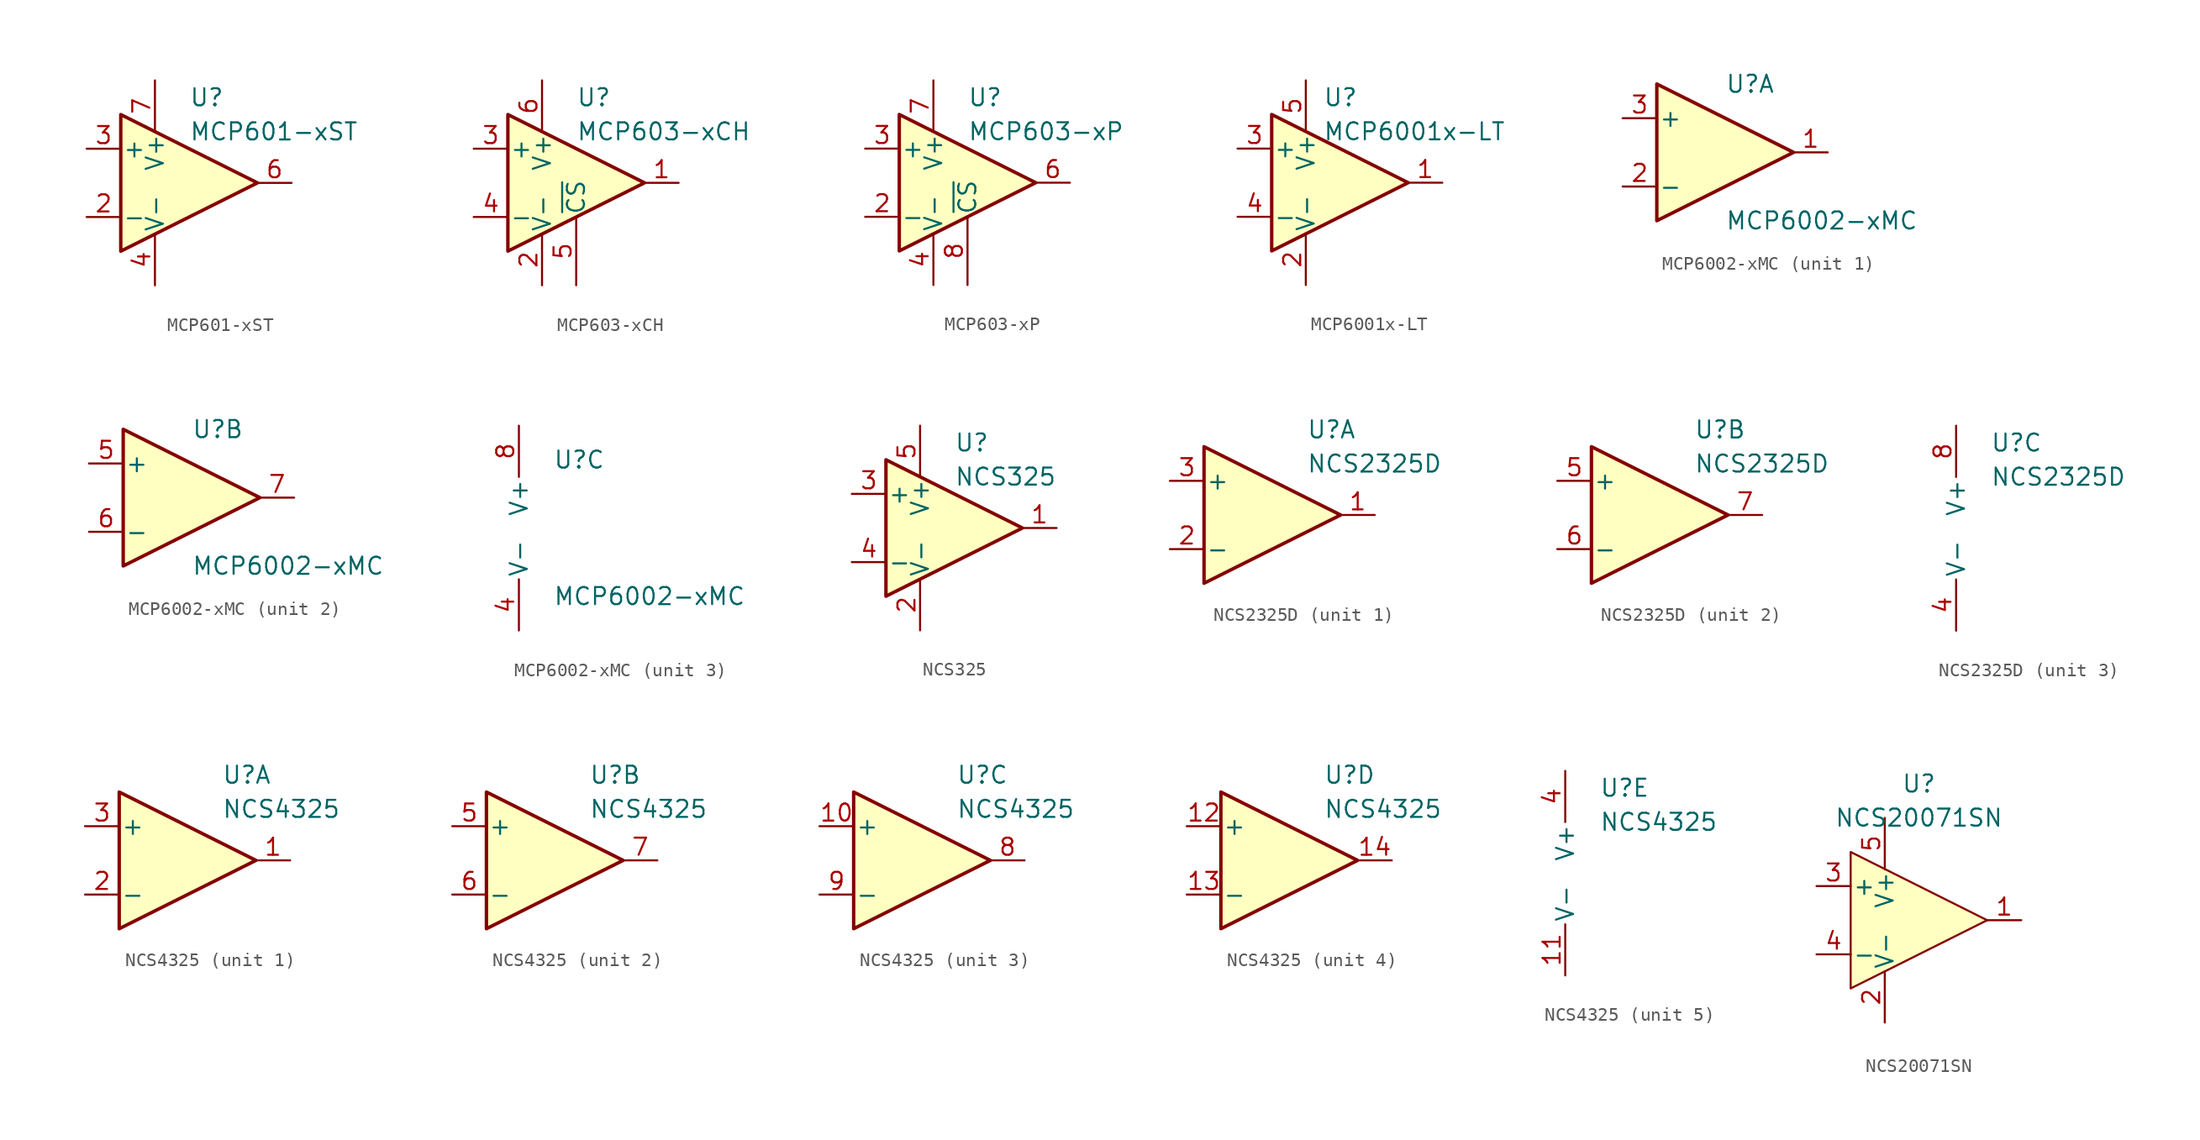
<source format=kicad_sym>
(kicad_symbol_lib
  (version 20231120)
  (generator "kicad_symbol_editor")
  (generator_version "8.0")
  (symbol "MCP601-xST"
    (pin_names
      (offset 0.127))
    (property "Reference" "U"
      (at 0 6.35 0)
      (effects (font (size 1.27 1.27)) (justify left)))
    (property "Value" "MCP601-xST"
      (at 0 3.81 0)
      (effects (font (size 1.27 1.27)) (justify left)))
    (symbol "MCP601-xST_0_1"
      (polyline (pts (xy -5.08 5.08) (xy 5.08 0) (xy -5.08 -5.08) (xy -5.08 5.08)) (stroke (width 0.254) (type default)) (fill (type background))))
    (symbol "MCP601-xST_1_1"
      (pin no_connect line (at -2.54 2.54 270) (length 2.54) hide (name "NC" (effects (font (size 1.27 1.27)))) (number "1" (effects (font (size 1.27 1.27)))))
      (pin input line (at -7.62 -2.54 0) (length 2.54) (name "-" (effects (font (size 1.27 1.27)))) (number "2" (effects (font (size 1.27 1.27)))))
      (pin input line (at -7.62 2.54 0) (length 2.54) (name "+" (effects (font (size 1.27 1.27)))) (number "3" (effects (font (size 1.27 1.27)))))
      (pin power_in line (at -2.54 -7.62 90) (length 3.81) (name "V-" (effects (font (size 1.27 1.27)))) (number "4" (effects (font (size 1.27 1.27)))))
      (pin no_connect line (at 0 2.54 270) (length 2.54) hide (name "NC" (effects (font (size 1.27 1.27)))) (number "5" (effects (font (size 1.27 1.27)))))
      (pin output line (at 7.62 0 180) (length 2.54) (name "~" (effects (font (size 1.27 1.27)))) (number "6" (effects (font (size 1.27 1.27)))))
      (pin power_in line (at -2.54 7.62 270) (length 3.81) (name "V+" (effects (font (size 1.27 1.27)))) (number "7" (effects (font (size 1.27 1.27)))))
      (pin no_connect line (at 0 -2.54 90) (length 2.54) hide (name "NC" (effects (font (size 1.27 1.27)))) (number "8" (effects (font (size 1.27 1.27)))))))
  (symbol "MCP603-xCH"
    (pin_names
      (offset 0.127))
    (property "Reference" "U"
      (at 0 6.35 0)
      (effects (font (size 1.27 1.27)) (justify left)))
    (property "Value" "MCP603-xCH"
      (at 0 3.81 0)
      (effects (font (size 1.27 1.27)) (justify left)))
    (symbol "MCP603-xCH_0_1"
      (polyline (pts (xy -5.08 5.08) (xy 5.08 0) (xy -5.08 -5.08) (xy -5.08 5.08)) (stroke (width 0.254) (type default)) (fill (type background))))
    (symbol "MCP603-xCH_1_1"
      (pin output line (at 7.62 0 180) (length 2.54) (name "~" (effects (font (size 1.27 1.27)))) (number "1" (effects (font (size 1.27 1.27)))))
      (pin power_in line (at -2.54 -7.62 90) (length 3.81) (name "V-" (effects (font (size 1.27 1.27)))) (number "2" (effects (font (size 1.27 1.27)))))
      (pin input line (at -7.62 2.54 0) (length 2.54) (name "+" (effects (font (size 1.27 1.27)))) (number "3" (effects (font (size 1.27 1.27)))))
      (pin input line (at -7.62 -2.54 0) (length 2.54) (name "-" (effects (font (size 1.27 1.27)))) (number "4" (effects (font (size 1.27 1.27)))))
      (pin input line (at 0 -7.62 90) (length 5.08) (name "~{CS}" (effects (font (size 1.27 1.27)))) (number "5" (effects (font (size 1.27 1.27)))))
      (pin power_in line (at -2.54 7.62 270) (length 3.81) (name "V+" (effects (font (size 1.27 1.27)))) (number "6" (effects (font (size 1.27 1.27)))))))
  (symbol "MCP603-xP"
    (pin_names
      (offset 0.127))
    (property "Reference" "U"
      (at 0 6.35 0)
      (effects (font (size 1.27 1.27)) (justify left)))
    (property "Value" "MCP603-xP"
      (at 0 3.81 0)
      (effects (font (size 1.27 1.27)) (justify left)))
    (symbol "MCP603-xP_0_1"
      (polyline (pts (xy -5.08 5.08) (xy 5.08 0) (xy -5.08 -5.08) (xy -5.08 5.08)) (stroke (width 0.254) (type default)) (fill (type background))))
    (symbol "MCP603-xP_1_1"
      (pin no_connect line (at 0 -2.54 90) (length 2.54) hide (name "NC" (effects (font (size 1.27 1.27)))) (number "1" (effects (font (size 1.27 1.27)))))
      (pin input line (at -7.62 -2.54 0) (length 2.54) (name "-" (effects (font (size 1.27 1.27)))) (number "2" (effects (font (size 1.27 1.27)))))
      (pin input line (at -7.62 2.54 0) (length 2.54) (name "+" (effects (font (size 1.27 1.27)))) (number "3" (effects (font (size 1.27 1.27)))))
      (pin power_in line (at -2.54 -7.62 90) (length 3.81) (name "V-" (effects (font (size 1.27 1.27)))) (number "4" (effects (font (size 1.27 1.27)))))
      (pin no_connect line (at -2.54 -2.54 90) (length 2.54) hide (name "NC" (effects (font (size 1.27 1.27)))) (number "5" (effects (font (size 1.27 1.27)))))
      (pin output line (at 7.62 0 180) (length 2.54) (name "~" (effects (font (size 1.27 1.27)))) (number "6" (effects (font (size 1.27 1.27)))))
      (pin power_in line (at -2.54 7.62 270) (length 3.81) (name "V+" (effects (font (size 1.27 1.27)))) (number "7" (effects (font (size 1.27 1.27)))))
      (pin input line (at 0 -7.62 90) (length 5.08) (name "~{CS}" (effects (font (size 1.27 1.27)))) (number "8" (effects (font (size 1.27 1.27)))))))
  (symbol "MCP6001x-LT"
    (pin_names
      (offset 0.127))
    (property "Reference" "U"
      (at -1.27 6.35 0)
      (effects (font (size 1.27 1.27)) (justify left)))
    (property "Value" "MCP6001x-LT"
      (at -1.27 3.81 0)
      (effects (font (size 1.27 1.27)) (justify left)))
    (symbol "MCP6001x-LT_0_1"
      (polyline (pts (xy -5.08 5.08) (xy 5.08 0) (xy -5.08 -5.08) (xy -5.08 5.08)) (stroke (width 0.254) (type default)) (fill (type background)))
      (pin power_in line (at -2.54 -7.62 90) (length 3.81) (name "V-" (effects (font (size 1.27 1.27)))) (number "2" (effects (font (size 1.27 1.27)))))
      (pin power_in line (at -2.54 7.62 270) (length 3.81) (name "V+" (effects (font (size 1.27 1.27)))) (number "5" (effects (font (size 1.27 1.27))))))
    (symbol "MCP6001x-LT_1_1"
      (pin output line (at 7.62 0 180) (length 2.54) (name "~" (effects (font (size 1.27 1.27)))) (number "1" (effects (font (size 1.27 1.27)))))
      (pin input line (at -7.62 2.54 0) (length 2.54) (name "+" (effects (font (size 1.27 1.27)))) (number "3" (effects (font (size 1.27 1.27)))))
      (pin input line (at -7.62 -2.54 0) (length 2.54) (name "-" (effects (font (size 1.27 1.27)))) (number "4" (effects (font (size 1.27 1.27)))))))
  (symbol "MCP6002-xMC"
    (pin_names
      (offset 0.127))
    (property "Reference" "U"
      (at 0 5.08 0)
      (effects (font (size 1.27 1.27)) (justify left)))
    (property "Value" "MCP6002-xMC"
      (at 0 -5.08 0)
      (effects (font (size 1.27 1.27)) (justify left)))
    (property "ki_locked" ""
      (at 0 0 0)
      (effects (font (size 1.27 1.27))))
    (symbol "MCP6002-xMC_1_1"
      (polyline (pts (xy -5.08 5.08) (xy 5.08 0) (xy -5.08 -5.08) (xy -5.08 5.08)) (stroke (width 0.254) (type default)) (fill (type background)))
      (pin output line (at 7.62 0 180) (length 2.54) (name "~" (effects (font (size 1.27 1.27)))) (number "1" (effects (font (size 1.27 1.27)))))
      (pin input line (at -7.62 -2.54 0) (length 2.54) (name "-" (effects (font (size 1.27 1.27)))) (number "2" (effects (font (size 1.27 1.27)))))
      (pin input line (at -7.62 2.54 0) (length 2.54) (name "+" (effects (font (size 1.27 1.27)))) (number "3" (effects (font (size 1.27 1.27))))))
    (symbol "MCP6002-xMC_2_1"
      (polyline (pts (xy -5.08 5.08) (xy 5.08 0) (xy -5.08 -5.08) (xy -5.08 5.08)) (stroke (width 0.254) (type default)) (fill (type background)))
      (pin input line (at -7.62 2.54 0) (length 2.54) (name "+" (effects (font (size 1.27 1.27)))) (number "5" (effects (font (size 1.27 1.27)))))
      (pin input line (at -7.62 -2.54 0) (length 2.54) (name "-" (effects (font (size 1.27 1.27)))) (number "6" (effects (font (size 1.27 1.27)))))
      (pin output line (at 7.62 0 180) (length 2.54) (name "~" (effects (font (size 1.27 1.27)))) (number "7" (effects (font (size 1.27 1.27))))))
    (symbol "MCP6002-xMC_3_1"
      (pin power_in line (at -2.54 -7.62 90) (length 3.81) (name "V-" (effects (font (size 1.27 1.27)))) (number "4" (effects (font (size 1.27 1.27)))))
      (pin power_in line (at -2.54 7.62 270) (length 3.81) (name "V+" (effects (font (size 1.27 1.27)))) (number "8" (effects (font (size 1.27 1.27)))))
      (pin passive line (at -2.54 -7.62 90) (length 3.81) hide (name "V-" (effects (font (size 1.27 1.27)))) (number "9" (effects (font (size 1.27 1.27)))))))
  (symbol "NCS325"
    (pin_names
      (offset 0.127))
    (property "Reference" "U"
      (at 0 6.35 0)
      (effects (font (size 1.27 1.27)) (justify left)))
    (property "Value" "NCS325"
      (at 0 3.81 0)
      (effects (font (size 1.27 1.27)) (justify left)))
    (symbol "NCS325_0_1"
      (polyline (pts (xy -5.08 5.08) (xy 5.08 0) (xy -5.08 -5.08) (xy -5.08 5.08)) (stroke (width 0.254) (type default)) (fill (type background))))
    (symbol "NCS325_1_1"
      (pin output line (at 7.62 0 180) (length 2.54) (name "~" (effects (font (size 1.27 1.27)))) (number "1" (effects (font (size 1.27 1.27)))))
      (pin power_in line (at -2.54 -7.62 90) (length 3.81) (name "V-" (effects (font (size 1.27 1.27)))) (number "2" (effects (font (size 1.27 1.27)))))
      (pin input line (at -7.62 2.54 0) (length 2.54) (name "+" (effects (font (size 1.27 1.27)))) (number "3" (effects (font (size 1.27 1.27)))))
      (pin input line (at -7.62 -2.54 0) (length 2.54) (name "-" (effects (font (size 1.27 1.27)))) (number "4" (effects (font (size 1.27 1.27)))))
      (pin power_in line (at -2.54 7.62 270) (length 3.81) (name "V+" (effects (font (size 1.27 1.27)))) (number "5" (effects (font (size 1.27 1.27)))))))
  (symbol "NCS2325D"
    (pin_names
      (offset 0.127))
    (property "Reference" "U"
      (at 2.54 6.35 0)
      (effects (font (size 1.27 1.27)) (justify left)))
    (property "Value" "NCS2325D"
      (at 2.54 3.81 0)
      (effects (font (size 1.27 1.27)) (justify left)))
    (property "ki_locked" ""
      (at 0 0 0)
      (effects (font (size 1.27 1.27))))
    (symbol "NCS2325D_1_1"
      (polyline (pts (xy 5.08 0) (xy -5.08 5.08) (xy -5.08 -5.08) (xy 5.08 0)) (stroke (width 0.254) (type default)) (fill (type background)))
      (pin output line (at 7.62 0 180) (length 2.54) (name "~" (effects (font (size 1.27 1.27)))) (number "1" (effects (font (size 1.27 1.27)))))
      (pin input line (at -7.62 -2.54 0) (length 2.54) (name "-" (effects (font (size 1.27 1.27)))) (number "2" (effects (font (size 1.27 1.27)))))
      (pin input line (at -7.62 2.54 0) (length 2.54) (name "+" (effects (font (size 1.27 1.27)))) (number "3" (effects (font (size 1.27 1.27))))))
    (symbol "NCS2325D_2_1"
      (polyline (pts (xy 5.08 0) (xy -5.08 5.08) (xy -5.08 -5.08) (xy 5.08 0)) (stroke (width 0.254) (type default)) (fill (type background)))
      (pin input line (at -7.62 2.54 0) (length 2.54) (name "+" (effects (font (size 1.27 1.27)))) (number "5" (effects (font (size 1.27 1.27)))))
      (pin input line (at -7.62 -2.54 0) (length 2.54) (name "-" (effects (font (size 1.27 1.27)))) (number "6" (effects (font (size 1.27 1.27)))))
      (pin output line (at 7.62 0 180) (length 2.54) (name "~" (effects (font (size 1.27 1.27)))) (number "7" (effects (font (size 1.27 1.27))))))
    (symbol "NCS2325D_3_1"
      (pin power_in line (at 0 -7.62 90) (length 3.81) (name "V-" (effects (font (size 1.27 1.27)))) (number "4" (effects (font (size 1.27 1.27)))))
      (pin power_in line (at 0 7.62 270) (length 3.81) (name "V+" (effects (font (size 1.27 1.27)))) (number "8" (effects (font (size 1.27 1.27)))))))
  (symbol "NCS4325"
    (pin_names
      (offset 0.127))
    (property "Reference" "U"
      (at 2.54 6.35 0)
      (effects (font (size 1.27 1.27)) (justify left)))
    (property "Value" "NCS4325"
      (at 2.54 3.81 0)
      (effects (font (size 1.27 1.27)) (justify left)))
    (property "ki_locked" ""
      (at 0 0 0)
      (effects (font (size 1.27 1.27))))
    (symbol "NCS4325_1_1"
      (polyline (pts (xy 5.08 0) (xy -5.08 5.08) (xy -5.08 -5.08) (xy 5.08 0)) (stroke (width 0.254) (type default)) (fill (type background)))
      (pin output line (at 7.62 0 180) (length 2.54) (name "~" (effects (font (size 1.27 1.27)))) (number "1" (effects (font (size 1.27 1.27)))))
      (pin input line (at -7.62 -2.54 0) (length 2.54) (name "-" (effects (font (size 1.27 1.27)))) (number "2" (effects (font (size 1.27 1.27)))))
      (pin input line (at -7.62 2.54 0) (length 2.54) (name "+" (effects (font (size 1.27 1.27)))) (number "3" (effects (font (size 1.27 1.27))))))
    (symbol "NCS4325_2_1"
      (polyline (pts (xy -5.08 5.08) (xy -5.08 -5.08) (xy 5.08 0) (xy -5.08 5.08)) (stroke (width 0.254) (type default)) (fill (type background)))
      (pin input line (at -7.62 2.54 0) (length 2.54) (name "+" (effects (font (size 1.27 1.27)))) (number "5" (effects (font (size 1.27 1.27)))))
      (pin input line (at -7.62 -2.54 0) (length 2.54) (name "-" (effects (font (size 1.27 1.27)))) (number "6" (effects (font (size 1.27 1.27)))))
      (pin output line (at 7.62 0 180) (length 2.54) (name "~" (effects (font (size 1.27 1.27)))) (number "7" (effects (font (size 1.27 1.27))))))
    (symbol "NCS4325_3_1"
      (polyline (pts (xy 5.08 0) (xy -5.08 5.08) (xy -5.08 -5.08) (xy 5.08 0)) (stroke (width 0.254) (type default)) (fill (type background)))
      (pin input line (at -7.62 2.54 0) (length 2.54) (name "+" (effects (font (size 1.27 1.27)))) (number "10" (effects (font (size 1.27 1.27)))))
      (pin output line (at 7.62 0 180) (length 2.54) (name "~" (effects (font (size 1.27 1.27)))) (number "8" (effects (font (size 1.27 1.27)))))
      (pin input line (at -7.62 -2.54 0) (length 2.54) (name "-" (effects (font (size 1.27 1.27)))) (number "9" (effects (font (size 1.27 1.27))))))
    (symbol "NCS4325_4_1"
      (polyline (pts (xy -5.08 5.08) (xy 5.08 0) (xy -5.08 -5.08) (xy -5.08 5.08)) (stroke (width 0.254) (type default)) (fill (type background)))
      (pin input line (at -7.62 2.54 0) (length 2.54) (name "+" (effects (font (size 1.27 1.27)))) (number "12" (effects (font (size 1.27 1.27)))))
      (pin input line (at -7.62 -2.54 0) (length 2.54) (name "-" (effects (font (size 1.27 1.27)))) (number "13" (effects (font (size 1.27 1.27)))))
      (pin output line (at 7.62 0 180) (length 2.54) (name "~" (effects (font (size 1.27 1.27)))) (number "14" (effects (font (size 1.27 1.27))))))
    (symbol "NCS4325_5_1"
      (pin power_in line (at 0 -7.62 90) (length 3.81) (name "V-" (effects (font (size 1.27 1.27)))) (number "11" (effects (font (size 1.27 1.27)))))
      (pin power_in line (at 0 7.62 270) (length 3.81) (name "V+" (effects (font (size 1.27 1.27)))) (number "4" (effects (font (size 1.27 1.27)))))))
  (symbol "NCS20071SN"
    (pin_names
      (offset 0.127))
    (property "Reference" "U"
      (at 0 10.16 0)
      (effects (font (size 1.27 1.27))))
    (property "Value" "NCS20071SN"
      (at 0 7.62 0)
      (effects (font (size 1.27 1.27))))
    (symbol "NCS20071SN_1_1"
      (polyline (pts (xy 5.08 0) (xy -5.08 5.08) (xy -5.08 -5.08) (xy 5.08 0)) (stroke (width 0) (type default)) (fill (type background)))
      (pin output line (at 7.62 0 180) (length 2.54) (name "~" (effects (font (size 1.27 1.27)))) (number "1" (effects (font (size 1.27 1.27)))))
      (pin power_in line (at -2.54 -7.62 90) (length 3.81) (name "V-" (effects (font (size 1.27 1.27)))) (number "2" (effects (font (size 1.27 1.27)))))
      (pin input line (at -7.62 2.54 0) (length 2.54) (name "+" (effects (font (size 1.27 1.27)))) (number "3" (effects (font (size 1.27 1.27)))))
      (pin input line (at -7.62 -2.54 0) (length 2.54) (name "-" (effects (font (size 1.27 1.27)))) (number "4" (effects (font (size 1.27 1.27)))))
      (pin power_in line (at -2.54 7.62 270) (length 3.81) (name "V+" (effects (font (size 1.27 1.27)))) (number "5" (effects (font (size 1.27 1.27))))))))
</source>
